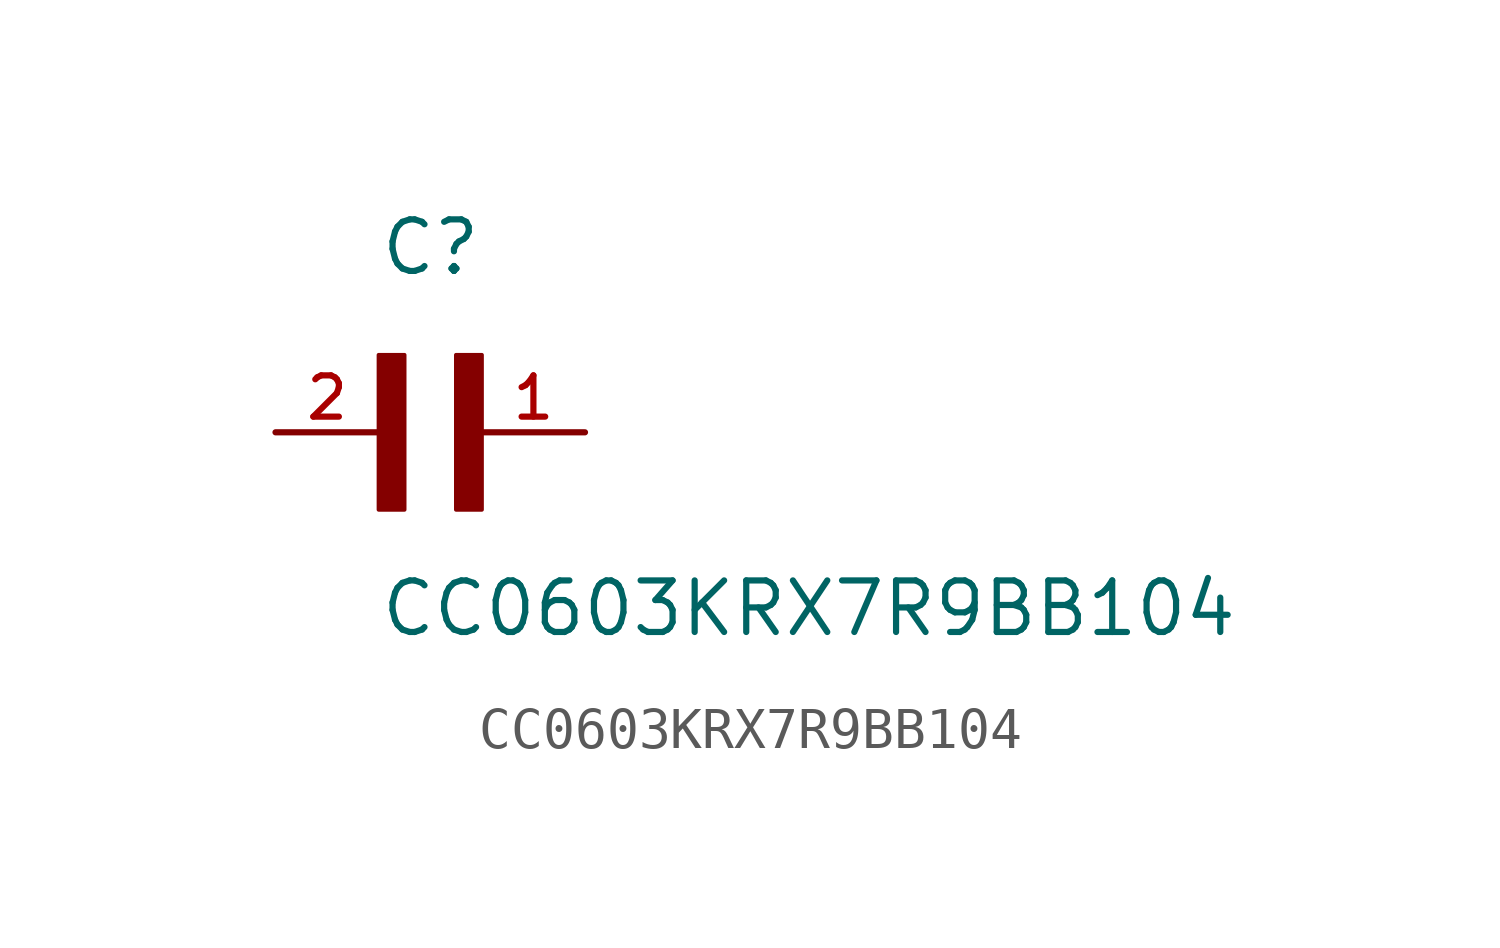
<source format=kicad_sym>
(kicad_symbol_lib
  (version 20211014)
  (generator kicad_symbol_editor)
  (symbol "CC0603KRX7R9BB104"
    (pin_names
      (offset 1.016))
    (property "Reference" "C"
      (at 0.0 3.81 0)
      (effects (font (size 1.27 1.27)) (justify bottom left)))
    (property "Value" "CC0603KRX7R9BB104"
      (at 0.0 -5.08 0)
      (effects (font (size 1.27 1.27)) (justify bottom left)))
    (symbol "CC0603KRX7R9BB104_0_0"
      (rectangle (start 0.0 -1.905) (end 0.635 1.905) (stroke (width 0.1)) (fill (type outline)))
      (rectangle (start 1.905 -1.905) (end 2.54 1.905) (stroke (width 0.1)) (fill (type outline)))
      (pin passive line (at 5.08 0.0 180.0) (length 2.54) (name "~" (effects (font (size 1.016 1.016)))) (number "1" (effects (font (size 1.016 1.016)))))
      (pin passive line (at -2.54 0.0 0) (length 2.54) (name "~" (effects (font (size 1.016 1.016)))) (number "2" (effects (font (size 1.016 1.016))))))))
</source>
